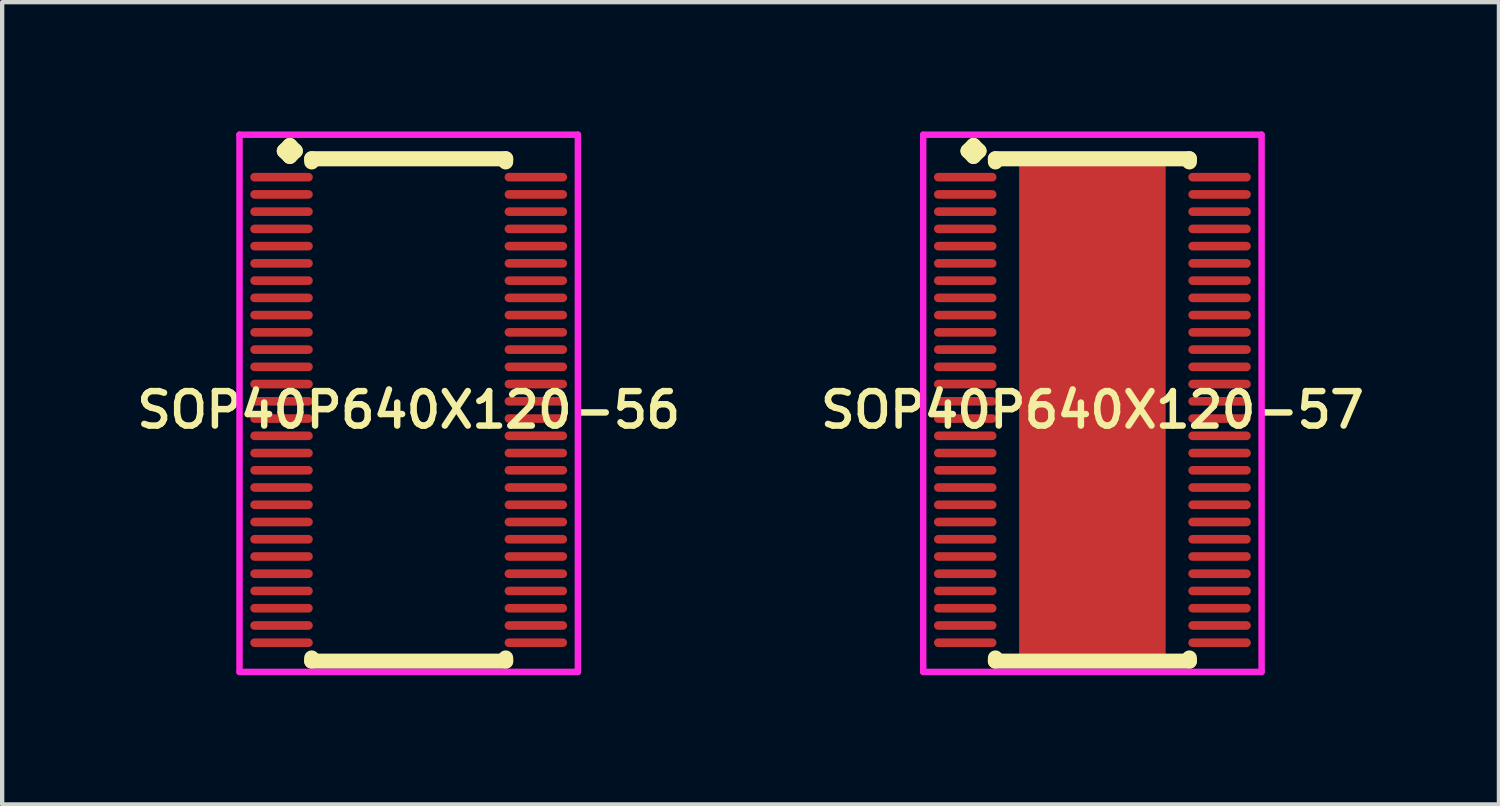
<source format=kicad_pcb>
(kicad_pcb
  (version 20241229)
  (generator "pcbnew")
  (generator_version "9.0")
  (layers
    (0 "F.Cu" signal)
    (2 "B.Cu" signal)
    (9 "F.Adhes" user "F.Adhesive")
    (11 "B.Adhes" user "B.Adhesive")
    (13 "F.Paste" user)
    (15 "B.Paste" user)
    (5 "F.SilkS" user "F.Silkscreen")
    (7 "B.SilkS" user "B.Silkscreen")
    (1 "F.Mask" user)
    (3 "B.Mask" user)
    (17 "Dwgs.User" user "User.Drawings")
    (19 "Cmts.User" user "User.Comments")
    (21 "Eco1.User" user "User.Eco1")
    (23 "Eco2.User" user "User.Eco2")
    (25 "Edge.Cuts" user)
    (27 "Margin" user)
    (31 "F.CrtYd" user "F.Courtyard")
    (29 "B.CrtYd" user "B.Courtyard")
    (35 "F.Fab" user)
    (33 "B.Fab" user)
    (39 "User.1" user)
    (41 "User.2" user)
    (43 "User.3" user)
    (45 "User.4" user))
  (footprint "SOP40P640X120-57"
    (layer "F.Cu")
    (at 22.292 6.46)
    (property "Reference" "SOP40P640X120-57" (at 0 0 0) (layer "F.SilkS") (effects (font (size 0.8 0.8) (thickness 0.15))))
    (attr smd)
    (fp_line (start -2.885 -6.008) (end -2.758 -6.135) (stroke (width 0.35) (type solid)) (layer "F.SilkS"))
    (fp_line (start -2.758 -6.135) (end -2.631 -6.008) (stroke (width 0.35) (type solid)) (layer "F.SilkS"))
    (fp_line (start -2.758 -5.881) (end -2.885 -6.008) (stroke (width 0.35) (type solid)) (layer "F.SilkS"))
    (fp_line (start -2.631 -6.008) (end -2.758 -5.881) (stroke (width 0.35) (type solid)) (layer "F.SilkS"))
    (fp_line (start -2.25 -5.827) (end 2.25 -5.827) (stroke (width 0.35) (type solid)) (layer "F.SilkS"))
    (fp_line (start -2.25 -5.754) (end -2.25 -5.827) (stroke (width 0.35) (type solid)) (layer "F.SilkS"))
    (fp_line (start -2.25 5.754) (end -2.25 5.827) (stroke (width 0.35) (type solid)) (layer "F.SilkS"))
    (fp_line (start -2.25 5.827) (end 2.25 5.827) (stroke (width 0.35) (type solid)) (layer "F.SilkS"))
    (fp_line (start 2.25 -5.827) (end 2.25 -5.754) (stroke (width 0.35) (type solid)) (layer "F.SilkS"))
    (fp_line (start 2.25 5.827) (end 2.25 5.754) (stroke (width 0.35) (type solid)) (layer "F.SilkS"))
    (fp_line (start -3.925 -6.385) (end 3.925 -6.385) (stroke (width 0.15) (type solid)) (layer "F.CrtYd"))
    (fp_line (start -3.925 6.077) (end -3.925 -6.385) (stroke (width 0.15) (type solid)) (layer "F.CrtYd"))
    (fp_line (start 3.925 -6.385) (end 3.925 6.077) (stroke (width 0.15) (type solid)) (layer "F.CrtYd"))
    (fp_line (start 3.925 6.077) (end -3.925 6.077) (stroke (width 0.15) (type solid)) (layer "F.CrtYd"))
    (pad "1" smd oval (at -2.95 -5.4) (size 1.45 0.2) (layers "F.Cu" "F.Mask" "F.Paste"))
    (pad "2" smd oval (at -2.95 -5) (size 1.45 0.2) (layers "F.Cu" "F.Mask" "F.Paste"))
    (pad "3" smd oval (at -2.95 -4.6) (size 1.45 0.2) (layers "F.Cu" "F.Mask" "F.Paste"))
    (pad "4" smd oval (at -2.95 -4.2) (size 1.45 0.2) (layers "F.Cu" "F.Mask" "F.Paste"))
    (pad "5" smd oval (at -2.95 -3.8) (size 1.45 0.2) (layers "F.Cu" "F.Mask" "F.Paste"))
    (pad "6" smd oval (at -2.95 -3.4) (size 1.45 0.2) (layers "F.Cu" "F.Mask" "F.Paste"))
    (pad "7" smd oval (at -2.95 -3) (size 1.45 0.2) (layers "F.Cu" "F.Mask" "F.Paste"))
    (pad "8" smd oval (at -2.95 -2.6) (size 1.45 0.2) (layers "F.Cu" "F.Mask" "F.Paste"))
    (pad "9" smd oval (at -2.95 -2.2) (size 1.45 0.2) (layers "F.Cu" "F.Mask" "F.Paste"))
    (pad "10" smd oval (at -2.95 -1.8) (size 1.45 0.2) (layers "F.Cu" "F.Mask" "F.Paste"))
    (pad "11" smd oval (at -2.95 -1.4) (size 1.45 0.2) (layers "F.Cu" "F.Mask" "F.Paste"))
    (pad "12" smd oval (at -2.95 -1) (size 1.45 0.2) (layers "F.Cu" "F.Mask" "F.Paste"))
    (pad "13" smd oval (at -2.95 -0.6) (size 1.45 0.2) (layers "F.Cu" "F.Mask" "F.Paste"))
    (pad "14" smd oval (at -2.95 -0.2) (size 1.45 0.2) (layers "F.Cu" "F.Mask" "F.Paste"))
    (pad "15" smd oval (at -2.95 0.2) (size 1.45 0.2) (layers "F.Cu" "F.Mask" "F.Paste"))
    (pad "16" smd oval (at -2.95 0.6) (size 1.45 0.2) (layers "F.Cu" "F.Mask" "F.Paste"))
    (pad "17" smd oval (at -2.95 1) (size 1.45 0.2) (layers "F.Cu" "F.Mask" "F.Paste"))
    (pad "18" smd oval (at -2.95 1.4) (size 1.45 0.2) (layers "F.Cu" "F.Mask" "F.Paste"))
    (pad "19" smd oval (at -2.95 1.8) (size 1.45 0.2) (layers "F.Cu" "F.Mask" "F.Paste"))
    (pad "20" smd oval (at -2.95 2.2) (size 1.45 0.2) (layers "F.Cu" "F.Mask" "F.Paste"))
    (pad "21" smd oval (at -2.95 2.6) (size 1.45 0.2) (layers "F.Cu" "F.Mask" "F.Paste"))
    (pad "22" smd oval (at -2.95 3) (size 1.45 0.2) (layers "F.Cu" "F.Mask" "F.Paste"))
    (pad "23" smd oval (at -2.95 3.4) (size 1.45 0.2) (layers "F.Cu" "F.Mask" "F.Paste"))
    (pad "24" smd oval (at -2.95 3.8) (size 1.45 0.2) (layers "F.Cu" "F.Mask" "F.Paste"))
    (pad "25" smd oval (at -2.95 4.2) (size 1.45 0.2) (layers "F.Cu" "F.Mask" "F.Paste"))
    (pad "26" smd oval (at -2.95 4.6) (size 1.45 0.2) (layers "F.Cu" "F.Mask" "F.Paste"))
    (pad "27" smd oval (at -2.95 5) (size 1.45 0.2) (layers "F.Cu" "F.Mask" "F.Paste"))
    (pad "28" smd oval (at -2.95 5.4) (size 1.45 0.2) (layers "F.Cu" "F.Mask" "F.Paste"))
    (pad "29" smd oval (at 2.95 5.4) (size 1.45 0.2) (layers "F.Cu" "F.Mask" "F.Paste"))
    (pad "30" smd oval (at 2.95 5) (size 1.45 0.2) (layers "F.Cu" "F.Mask" "F.Paste"))
    (pad "31" smd oval (at 2.95 4.6) (size 1.45 0.2) (layers "F.Cu" "F.Mask" "F.Paste"))
    (pad "32" smd oval (at 2.95 4.2) (size 1.45 0.2) (layers "F.Cu" "F.Mask" "F.Paste"))
    (pad "33" smd oval (at 2.95 3.8) (size 1.45 0.2) (layers "F.Cu" "F.Mask" "F.Paste"))
    (pad "34" smd oval (at 2.95 3.4) (size 1.45 0.2) (layers "F.Cu" "F.Mask" "F.Paste"))
    (pad "35" smd oval (at 2.95 3) (size 1.45 0.2) (layers "F.Cu" "F.Mask" "F.Paste"))
    (pad "36" smd oval (at 2.95 2.6) (size 1.45 0.2) (layers "F.Cu" "F.Mask" "F.Paste"))
    (pad "37" smd oval (at 2.95 2.2) (size 1.45 0.2) (layers "F.Cu" "F.Mask" "F.Paste"))
    (pad "38" smd oval (at 2.95 1.8) (size 1.45 0.2) (layers "F.Cu" "F.Mask" "F.Paste"))
    (pad "39" smd oval (at 2.95 1.4) (size 1.45 0.2) (layers "F.Cu" "F.Mask" "F.Paste"))
    (pad "40" smd oval (at 2.95 1) (size 1.45 0.2) (layers "F.Cu" "F.Mask" "F.Paste"))
    (pad "41" smd oval (at 2.95 0.6) (size 1.45 0.2) (layers "F.Cu" "F.Mask" "F.Paste"))
    (pad "42" smd oval (at 2.95 0.2) (size 1.45 0.2) (layers "F.Cu" "F.Mask" "F.Paste"))
    (pad "43" smd oval (at 2.95 -0.2) (size 1.45 0.2) (layers "F.Cu" "F.Mask" "F.Paste"))
    (pad "44" smd oval (at 2.95 -0.6) (size 1.45 0.2) (layers "F.Cu" "F.Mask" "F.Paste"))
    (pad "45" smd oval (at 2.95 -1) (size 1.45 0.2) (layers "F.Cu" "F.Mask" "F.Paste"))
    (pad "46" smd oval (at 2.95 -1.4) (size 1.45 0.2) (layers "F.Cu" "F.Mask" "F.Paste"))
    (pad "47" smd oval (at 2.95 -1.8) (size 1.45 0.2) (layers "F.Cu" "F.Mask" "F.Paste"))
    (pad "48" smd oval (at 2.95 -2.2) (size 1.45 0.2) (layers "F.Cu" "F.Mask" "F.Paste"))
    (pad "49" smd oval (at 2.95 -2.6) (size 1.45 0.2) (layers "F.Cu" "F.Mask" "F.Paste"))
    (pad "50" smd oval (at 2.95 -3) (size 1.45 0.2) (layers "F.Cu" "F.Mask" "F.Paste"))
    (pad "51" smd oval (at 2.95 -3.4) (size 1.45 0.2) (layers "F.Cu" "F.Mask" "F.Paste"))
    (pad "52" smd oval (at 2.95 -3.8) (size 1.45 0.2) (layers "F.Cu" "F.Mask" "F.Paste"))
    (pad "53" smd oval (at 2.95 -4.2) (size 1.45 0.2) (layers "F.Cu" "F.Mask" "F.Paste"))
    (pad "54" smd oval (at 2.95 -4.6) (size 1.45 0.2) (layers "F.Cu" "F.Mask" "F.Paste"))
    (pad "55" smd oval (at 2.95 -5) (size 1.45 0.2) (layers "F.Cu" "F.Mask" "F.Paste"))
    (pad "56" smd oval (at 2.95 -5.4) (size 1.45 0.2) (layers "F.Cu" "F.Mask" "F.Paste"))
    (pad "57" smd rect (at 0 0) (size 3.4 11.4) (layers "F.Cu" "F.Mask" "F.Paste")))
  (footprint "SOP40P640X120-56"
    (layer "F.Cu")
    (at 6.431 6.46)
    (property "Reference" "SOP40P640X120-56" (at 0 0 0) (layer "F.SilkS") (effects (font (size 0.8 0.8) (thickness 0.15))))
    (attr through_hole)
    (fp_line (start -2.885 -6.008) (end -2.758 -6.135) (stroke (width 0.35) (type solid)) (layer "F.SilkS"))
    (fp_line (start -2.758 -6.135) (end -2.631 -6.008) (stroke (width 0.35) (type solid)) (layer "F.SilkS"))
    (fp_line (start -2.758 -5.881) (end -2.885 -6.008) (stroke (width 0.35) (type solid)) (layer "F.SilkS"))
    (fp_line (start -2.631 -6.008) (end -2.758 -5.881) (stroke (width 0.35) (type solid)) (layer "F.SilkS"))
    (fp_line (start -2.25 -5.827) (end 2.25 -5.827) (stroke (width 0.35) (type solid)) (layer "F.SilkS"))
    (fp_line (start -2.25 -5.754) (end -2.25 -5.827) (stroke (width 0.35) (type solid)) (layer "F.SilkS"))
    (fp_line (start -2.25 5.754) (end -2.25 5.827) (stroke (width 0.35) (type solid)) (layer "F.SilkS"))
    (fp_line (start -2.25 5.827) (end 2.25 5.827) (stroke (width 0.35) (type solid)) (layer "F.SilkS"))
    (fp_line (start 2.25 -5.827) (end 2.25 -5.754) (stroke (width 0.35) (type solid)) (layer "F.SilkS"))
    (fp_line (start 2.25 5.827) (end 2.25 5.754) (stroke (width 0.35) (type solid)) (layer "F.SilkS"))
    (fp_line (start -3.925 -6.385) (end 3.925 -6.385) (stroke (width 0.15) (type solid)) (layer "F.CrtYd"))
    (fp_line (start -3.925 6.077) (end -3.925 -6.385) (stroke (width 0.15) (type solid)) (layer "F.CrtYd"))
    (fp_line (start 3.925 -6.385) (end 3.925 6.077) (stroke (width 0.15) (type solid)) (layer "F.CrtYd"))
    (fp_line (start 3.925 6.077) (end -3.925 6.077) (stroke (width 0.15) (type solid)) (layer "F.CrtYd"))
    (pad "1" smd oval (at -2.95 -5.4) (size 1.45 0.2) (layers "F.Cu" "F.Mask" "F.Paste"))
    (pad "2" smd oval (at -2.95 -5) (size 1.45 0.2) (layers "F.Cu" "F.Mask" "F.Paste"))
    (pad "3" smd oval (at -2.95 -4.6) (size 1.45 0.2) (layers "F.Cu" "F.Mask" "F.Paste"))
    (pad "4" smd oval (at -2.95 -4.2) (size 1.45 0.2) (layers "F.Cu" "F.Mask" "F.Paste"))
    (pad "5" smd oval (at -2.95 -3.8) (size 1.45 0.2) (layers "F.Cu" "F.Mask" "F.Paste"))
    (pad "6" smd oval (at -2.95 -3.4) (size 1.45 0.2) (layers "F.Cu" "F.Mask" "F.Paste"))
    (pad "7" smd oval (at -2.95 -3) (size 1.45 0.2) (layers "F.Cu" "F.Mask" "F.Paste"))
    (pad "8" smd oval (at -2.95 -2.6) (size 1.45 0.2) (layers "F.Cu" "F.Mask" "F.Paste"))
    (pad "9" smd oval (at -2.95 -2.2) (size 1.45 0.2) (layers "F.Cu" "F.Mask" "F.Paste"))
    (pad "10" smd oval (at -2.95 -1.8) (size 1.45 0.2) (layers "F.Cu" "F.Mask" "F.Paste"))
    (pad "11" smd oval (at -2.95 -1.4) (size 1.45 0.2) (layers "F.Cu" "F.Mask" "F.Paste"))
    (pad "12" smd oval (at -2.95 -1) (size 1.45 0.2) (layers "F.Cu" "F.Mask" "F.Paste"))
    (pad "13" smd oval (at -2.95 -0.6) (size 1.45 0.2) (layers "F.Cu" "F.Mask" "F.Paste"))
    (pad "14" smd oval (at -2.95 -0.2) (size 1.45 0.2) (layers "F.Cu" "F.Mask" "F.Paste"))
    (pad "15" smd oval (at -2.95 0.2) (size 1.45 0.2) (layers "F.Cu" "F.Mask" "F.Paste"))
    (pad "16" smd oval (at -2.95 0.6) (size 1.45 0.2) (layers "F.Cu" "F.Mask" "F.Paste"))
    (pad "17" smd oval (at -2.95 1) (size 1.45 0.2) (layers "F.Cu" "F.Mask" "F.Paste"))
    (pad "18" smd oval (at -2.95 1.4) (size 1.45 0.2) (layers "F.Cu" "F.Mask" "F.Paste"))
    (pad "19" smd oval (at -2.95 1.8) (size 1.45 0.2) (layers "F.Cu" "F.Mask" "F.Paste"))
    (pad "20" smd oval (at -2.95 2.2) (size 1.45 0.2) (layers "F.Cu" "F.Mask" "F.Paste"))
    (pad "21" smd oval (at -2.95 2.6) (size 1.45 0.2) (layers "F.Cu" "F.Mask" "F.Paste"))
    (pad "22" smd oval (at -2.95 3) (size 1.45 0.2) (layers "F.Cu" "F.Mask" "F.Paste"))
    (pad "23" smd oval (at -2.95 3.4) (size 1.45 0.2) (layers "F.Cu" "F.Mask" "F.Paste"))
    (pad "24" smd oval (at -2.95 3.8) (size 1.45 0.2) (layers "F.Cu" "F.Mask" "F.Paste"))
    (pad "25" smd oval (at -2.95 4.2) (size 1.45 0.2) (layers "F.Cu" "F.Mask" "F.Paste"))
    (pad "26" smd oval (at -2.95 4.6) (size 1.45 0.2) (layers "F.Cu" "F.Mask" "F.Paste"))
    (pad "27" smd oval (at -2.95 5) (size 1.45 0.2) (layers "F.Cu" "F.Mask" "F.Paste"))
    (pad "28" smd oval (at -2.95 5.4) (size 1.45 0.2) (layers "F.Cu" "F.Mask" "F.Paste"))
    (pad "29" smd oval (at 2.95 5.4) (size 1.45 0.2) (layers "F.Cu" "F.Mask" "F.Paste"))
    (pad "30" smd oval (at 2.95 5) (size 1.45 0.2) (layers "F.Cu" "F.Mask" "F.Paste"))
    (pad "31" smd oval (at 2.95 4.6) (size 1.45 0.2) (layers "F.Cu" "F.Mask" "F.Paste"))
    (pad "32" smd oval (at 2.95 4.2) (size 1.45 0.2) (layers "F.Cu" "F.Mask" "F.Paste"))
    (pad "33" smd oval (at 2.95 3.8) (size 1.45 0.2) (layers "F.Cu" "F.Mask" "F.Paste"))
    (pad "34" smd oval (at 2.95 3.4) (size 1.45 0.2) (layers "F.Cu" "F.Mask" "F.Paste"))
    (pad "35" smd oval (at 2.95 3) (size 1.45 0.2) (layers "F.Cu" "F.Mask" "F.Paste"))
    (pad "36" smd oval (at 2.95 2.6) (size 1.45 0.2) (layers "F.Cu" "F.Mask" "F.Paste"))
    (pad "37" smd oval (at 2.95 2.2) (size 1.45 0.2) (layers "F.Cu" "F.Mask" "F.Paste"))
    (pad "38" smd oval (at 2.95 1.8) (size 1.45 0.2) (layers "F.Cu" "F.Mask" "F.Paste"))
    (pad "39" smd oval (at 2.95 1.4) (size 1.45 0.2) (layers "F.Cu" "F.Mask" "F.Paste"))
    (pad "40" smd oval (at 2.95 1) (size 1.45 0.2) (layers "F.Cu" "F.Mask" "F.Paste"))
    (pad "41" smd oval (at 2.95 0.6) (size 1.45 0.2) (layers "F.Cu" "F.Mask" "F.Paste"))
    (pad "42" smd oval (at 2.95 0.2) (size 1.45 0.2) (layers "F.Cu" "F.Mask" "F.Paste"))
    (pad "43" smd oval (at 2.95 -0.2) (size 1.45 0.2) (layers "F.Cu" "F.Mask" "F.Paste"))
    (pad "44" smd oval (at 2.95 -0.6) (size 1.45 0.2) (layers "F.Cu" "F.Mask" "F.Paste"))
    (pad "45" smd oval (at 2.95 -1) (size 1.45 0.2) (layers "F.Cu" "F.Mask" "F.Paste"))
    (pad "46" smd oval (at 2.95 -1.4) (size 1.45 0.2) (layers "F.Cu" "F.Mask" "F.Paste"))
    (pad "47" smd oval (at 2.95 -1.8) (size 1.45 0.2) (layers "F.Cu" "F.Mask" "F.Paste"))
    (pad "48" smd oval (at 2.95 -2.2) (size 1.45 0.2) (layers "F.Cu" "F.Mask" "F.Paste"))
    (pad "49" smd oval (at 2.95 -2.6) (size 1.45 0.2) (layers "F.Cu" "F.Mask" "F.Paste"))
    (pad "50" smd oval (at 2.95 -3) (size 1.45 0.2) (layers "F.Cu" "F.Mask" "F.Paste"))
    (pad "51" smd oval (at 2.95 -3.4) (size 1.45 0.2) (layers "F.Cu" "F.Mask" "F.Paste"))
    (pad "52" smd oval (at 2.95 -3.8) (size 1.45 0.2) (layers "F.Cu" "F.Mask" "F.Paste"))
    (pad "53" smd oval (at 2.95 -4.2) (size 1.45 0.2) (layers "F.Cu" "F.Mask" "F.Paste"))
    (pad "54" smd oval (at 2.95 -4.6) (size 1.45 0.2) (layers "F.Cu" "F.Mask" "F.Paste"))
    (pad "55" smd oval (at 2.95 -5) (size 1.45 0.2) (layers "F.Cu" "F.Mask" "F.Paste"))
    (pad "56" smd oval (at 2.95 -5.4) (size 1.45 0.2) (layers "F.Cu" "F.Mask" "F.Paste")))
  (gr_rect
    (start -3 -3)
    (end 31.723 15.612)
    (stroke (width 0.1) (type default))
    (fill no)
    (layer "Edge.Cuts")))
</source>
